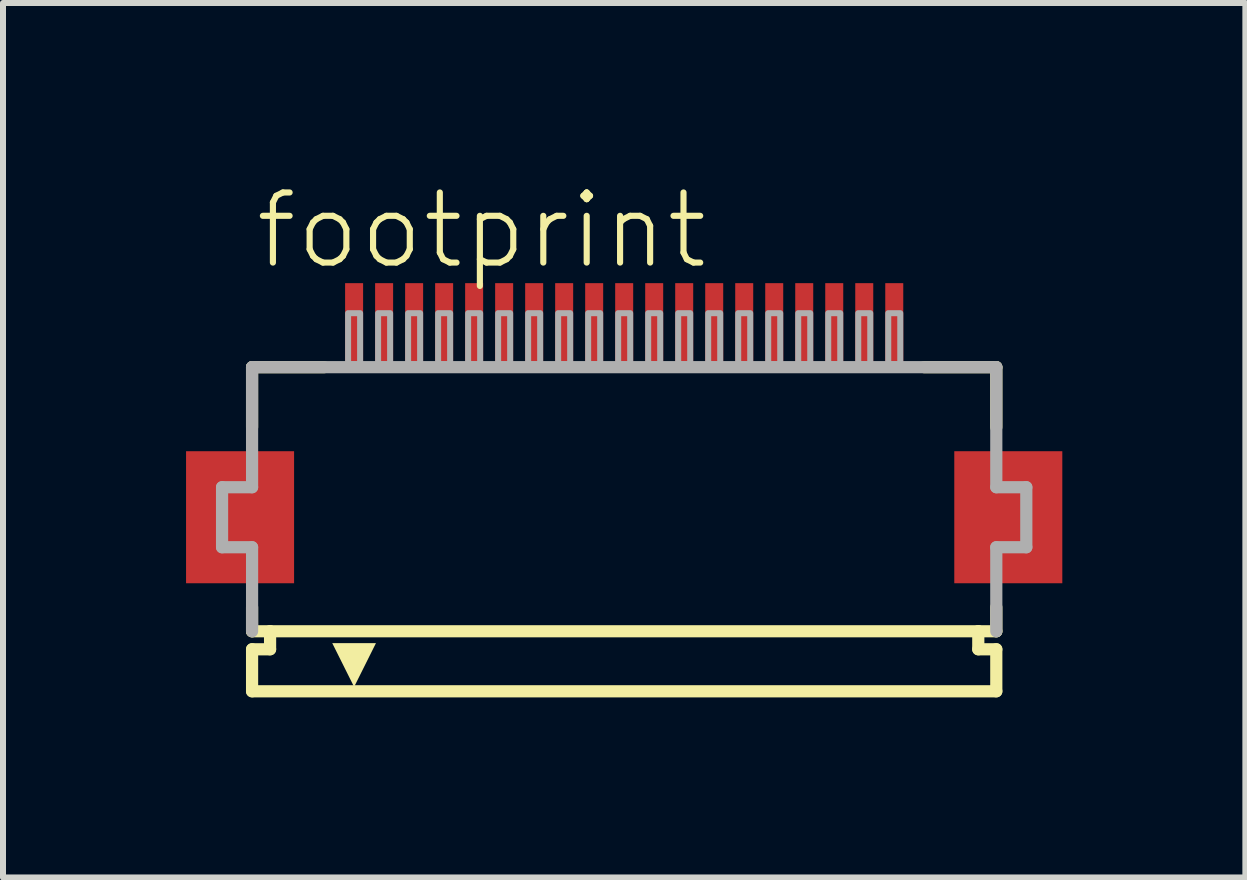
<source format=kicad_pcb>
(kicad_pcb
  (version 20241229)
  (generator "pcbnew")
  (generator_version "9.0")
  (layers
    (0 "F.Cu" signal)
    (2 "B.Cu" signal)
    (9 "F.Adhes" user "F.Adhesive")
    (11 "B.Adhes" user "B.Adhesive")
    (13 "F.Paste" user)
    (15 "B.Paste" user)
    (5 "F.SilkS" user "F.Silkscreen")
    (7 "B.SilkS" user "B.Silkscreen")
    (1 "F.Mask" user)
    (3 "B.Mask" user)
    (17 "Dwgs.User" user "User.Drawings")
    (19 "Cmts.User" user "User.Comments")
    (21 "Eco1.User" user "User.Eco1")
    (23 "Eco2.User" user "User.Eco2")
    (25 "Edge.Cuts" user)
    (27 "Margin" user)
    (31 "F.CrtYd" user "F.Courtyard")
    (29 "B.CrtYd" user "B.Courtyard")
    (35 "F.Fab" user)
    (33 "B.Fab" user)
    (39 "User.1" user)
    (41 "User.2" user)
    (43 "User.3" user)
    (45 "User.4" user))
  (footprint "footprint"
    (layer "F.Cu")
    (at 7.35 5.568)
    (property "Reference" "footprint" (at -6.198 -4.095 0) (layer "F.SilkS") (effects (font (size 1.168 1.168) (thickness 0.102)) (justify left bottom)))
    (fp_poly (pts (xy -5.5 -1.1) (xy -7.3 -1.1) (xy -7.3 1.1) (xy -5.5 1.1)) (stroke (width 0) (type solid)) (fill yes) (layer "F.Cu"))
    (fp_poly (pts (xy 7.3 -1.1) (xy 5.5 -1.1) (xy 5.5 1.1) (xy 7.3 1.1)) (stroke (width 0) (type solid)) (fill yes) (layer "F.Cu"))
    (fp_poly (pts (xy -5.45 -1.175) (xy -7.35 -1.175) (xy -7.35 1.175) (xy -5.45 1.175)) (stroke (width 0) (type solid)) (fill yes) (layer "F.Mask"))
    (fp_poly (pts (xy -4.7 -2.55) (xy -4.3 -2.55) (xy -4.3 -3.95) (xy -4.7 -3.95)) (stroke (width 0) (type solid)) (fill yes) (layer "F.Mask"))
    (fp_poly (pts (xy -4.2 -2.55) (xy -3.8 -2.55) (xy -3.8 -3.95) (xy -4.2 -3.95)) (stroke (width 0) (type solid)) (fill yes) (layer "F.Mask"))
    (fp_poly (pts (xy -3.7 -2.55) (xy -3.3 -2.55) (xy -3.3 -3.95) (xy -3.7 -3.95)) (stroke (width 0) (type solid)) (fill yes) (layer "F.Mask"))
    (fp_poly (pts (xy -3.2 -2.55) (xy -2.8 -2.55) (xy -2.8 -3.95) (xy -3.2 -3.95)) (stroke (width 0) (type solid)) (fill yes) (layer "F.Mask"))
    (fp_poly (pts (xy -2.7 -2.55) (xy -2.3 -2.55) (xy -2.3 -3.95) (xy -2.7 -3.95)) (stroke (width 0) (type solid)) (fill yes) (layer "F.Mask"))
    (fp_poly (pts (xy -2.2 -2.55) (xy -1.8 -2.55) (xy -1.8 -3.95) (xy -2.2 -3.95)) (stroke (width 0) (type solid)) (fill yes) (layer "F.Mask"))
    (fp_poly (pts (xy -1.7 -2.55) (xy -1.3 -2.55) (xy -1.3 -3.95) (xy -1.7 -3.95)) (stroke (width 0) (type solid)) (fill yes) (layer "F.Mask"))
    (fp_poly (pts (xy -1.2 -2.55) (xy -0.8 -2.55) (xy -0.8 -3.95) (xy -1.2 -3.95)) (stroke (width 0) (type solid)) (fill yes) (layer "F.Mask"))
    (fp_poly (pts (xy -0.7 -2.55) (xy -0.3 -2.55) (xy -0.3 -3.95) (xy -0.7 -3.95)) (stroke (width 0) (type solid)) (fill yes) (layer "F.Mask"))
    (fp_poly (pts (xy -0.2 -2.55) (xy 0.2 -2.55) (xy 0.2 -3.95) (xy -0.2 -3.95)) (stroke (width 0) (type solid)) (fill yes) (layer "F.Mask"))
    (fp_poly (pts (xy 0.3 -2.55) (xy 0.7 -2.55) (xy 0.7 -3.95) (xy 0.3 -3.95)) (stroke (width 0) (type solid)) (fill yes) (layer "F.Mask"))
    (fp_poly (pts (xy 0.8 -2.55) (xy 1.2 -2.55) (xy 1.2 -3.95) (xy 0.8 -3.95)) (stroke (width 0) (type solid)) (fill yes) (layer "F.Mask"))
    (fp_poly (pts (xy 1.3 -2.55) (xy 1.7 -2.55) (xy 1.7 -3.95) (xy 1.3 -3.95)) (stroke (width 0) (type solid)) (fill yes) (layer "F.Mask"))
    (fp_poly (pts (xy 1.8 -2.55) (xy 2.2 -2.55) (xy 2.2 -3.95) (xy 1.8 -3.95)) (stroke (width 0) (type solid)) (fill yes) (layer "F.Mask"))
    (fp_poly (pts (xy 2.3 -2.55) (xy 2.7 -2.55) (xy 2.7 -3.95) (xy 2.3 -3.95)) (stroke (width 0) (type solid)) (fill yes) (layer "F.Mask"))
    (fp_poly (pts (xy 2.8 -2.55) (xy 3.2 -2.55) (xy 3.2 -3.95) (xy 2.8 -3.95)) (stroke (width 0) (type solid)) (fill yes) (layer "F.Mask"))
    (fp_poly (pts (xy 3.3 -2.55) (xy 3.7 -2.55) (xy 3.7 -3.95) (xy 3.3 -3.95)) (stroke (width 0) (type solid)) (fill yes) (layer "F.Mask"))
    (fp_poly (pts (xy 3.8 -2.55) (xy 4.2 -2.55) (xy 4.2 -3.95) (xy 3.8 -3.95)) (stroke (width 0) (type solid)) (fill yes) (layer "F.Mask"))
    (fp_poly (pts (xy 4.3 -2.55) (xy 4.7 -2.55) (xy 4.7 -3.95) (xy 4.3 -3.95)) (stroke (width 0) (type solid)) (fill yes) (layer "F.Mask"))
    (fp_poly (pts (xy 7.35 -1.175) (xy 5.45 -1.175) (xy 5.45 1.175) (xy 7.35 1.175)) (stroke (width 0) (type solid)) (fill yes) (layer "F.Mask"))
    (fp_line (start -6.2 -2.5) (end -6.2 -1.5) (stroke (width 0.203) (type solid)) (layer "F.SilkS"))
    (fp_line (start -6.2 1.5) (end -6.2 1.9) (stroke (width 0.203) (type solid)) (layer "F.SilkS"))
    (fp_line (start -6.2 1.9) (end -5.9 1.9) (stroke (width 0.203) (type solid)) (layer "F.SilkS"))
    (fp_line (start -6.2 2.2) (end -6.2 2.9) (stroke (width 0.203) (type solid)) (layer "F.SilkS"))
    (fp_line (start -5.9 1.9) (end -5.9 2.2) (stroke (width 0.203) (type solid)) (layer "F.SilkS"))
    (fp_line (start -5.9 2.2) (end -6.2 2.2) (stroke (width 0.203) (type solid)) (layer "F.SilkS"))
    (fp_line (start -5 -2.5) (end -6.2 -2.5) (stroke (width 0.203) (type solid)) (layer "F.SilkS"))
    (fp_line (start 5.9 1.9) (end -5.9 1.9) (stroke (width 0.203) (type solid)) (layer "F.SilkS"))
    (fp_line (start 5.9 1.9) (end 6.2 1.9) (stroke (width 0.203) (type solid)) (layer "F.SilkS"))
    (fp_line (start 5.9 2.2) (end 5.9 1.9) (stroke (width 0.203) (type solid)) (layer "F.SilkS"))
    (fp_line (start 6.2 -2.5) (end 5 -2.5) (stroke (width 0.203) (type solid)) (layer "F.SilkS"))
    (fp_line (start 6.2 -1.5) (end 6.2 -2.5) (stroke (width 0.203) (type solid)) (layer "F.SilkS"))
    (fp_line (start 6.2 1.9) (end 6.2 1.5) (stroke (width 0.203) (type solid)) (layer "F.SilkS"))
    (fp_line (start 6.2 2.2) (end 5.9 2.2) (stroke (width 0.203) (type solid)) (layer "F.SilkS"))
    (fp_line (start 6.2 2.9) (end -6.2 2.9) (stroke (width 0.203) (type solid)) (layer "F.SilkS"))
    (fp_line (start 6.2 2.9) (end 6.2 2.2) (stroke (width 0.203) (type solid)) (layer "F.SilkS"))
    (fp_poly (pts (xy -4.5 2.827) (xy -4.864 2.098) (xy -4.136 2.098)) (stroke (width 0) (type solid)) (fill yes) (layer "F.SilkS"))
    (fp_poly (pts (xy -5.575 -1.025) (xy -7.225 -1.025) (xy -7.225 1.025) (xy -5.575 1.025)) (stroke (width 0) (type solid)) (fill yes) (layer "F.Paste"))
    (fp_poly (pts (xy -4.625 -2.625) (xy -4.375 -2.625) (xy -4.375 -3.875) (xy -4.625 -3.875)) (stroke (width 0) (type solid)) (fill yes) (layer "F.Paste"))
    (fp_poly (pts (xy -4.125 -2.625) (xy -3.875 -2.625) (xy -3.875 -3.875) (xy -4.125 -3.875)) (stroke (width 0) (type solid)) (fill yes) (layer "F.Paste"))
    (fp_poly (pts (xy -3.625 -2.625) (xy -3.375 -2.625) (xy -3.375 -3.875) (xy -3.625 -3.875)) (stroke (width 0) (type solid)) (fill yes) (layer "F.Paste"))
    (fp_poly (pts (xy -3.125 -2.625) (xy -2.875 -2.625) (xy -2.875 -3.875) (xy -3.125 -3.875)) (stroke (width 0) (type solid)) (fill yes) (layer "F.Paste"))
    (fp_poly (pts (xy -2.625 -2.625) (xy -2.375 -2.625) (xy -2.375 -3.875) (xy -2.625 -3.875)) (stroke (width 0) (type solid)) (fill yes) (layer "F.Paste"))
    (fp_poly (pts (xy -2.125 -2.625) (xy -1.875 -2.625) (xy -1.875 -3.875) (xy -2.125 -3.875)) (stroke (width 0) (type solid)) (fill yes) (layer "F.Paste"))
    (fp_poly (pts (xy -1.625 -2.625) (xy -1.375 -2.625) (xy -1.375 -3.875) (xy -1.625 -3.875)) (stroke (width 0) (type solid)) (fill yes) (layer "F.Paste"))
    (fp_poly (pts (xy -1.125 -2.625) (xy -0.875 -2.625) (xy -0.875 -3.875) (xy -1.125 -3.875)) (stroke (width 0) (type solid)) (fill yes) (layer "F.Paste"))
    (fp_poly (pts (xy -0.625 -2.625) (xy -0.375 -2.625) (xy -0.375 -3.875) (xy -0.625 -3.875)) (stroke (width 0) (type solid)) (fill yes) (layer "F.Paste"))
    (fp_poly (pts (xy -0.125 -2.625) (xy 0.125 -2.625) (xy 0.125 -3.875) (xy -0.125 -3.875)) (stroke (width 0) (type solid)) (fill yes) (layer "F.Paste"))
    (fp_poly (pts (xy 0.375 -2.625) (xy 0.625 -2.625) (xy 0.625 -3.875) (xy 0.375 -3.875)) (stroke (width 0) (type solid)) (fill yes) (layer "F.Paste"))
    (fp_poly (pts (xy 0.875 -2.625) (xy 1.125 -2.625) (xy 1.125 -3.875) (xy 0.875 -3.875)) (stroke (width 0) (type solid)) (fill yes) (layer "F.Paste"))
    (fp_poly (pts (xy 1.375 -2.625) (xy 1.625 -2.625) (xy 1.625 -3.875) (xy 1.375 -3.875)) (stroke (width 0) (type solid)) (fill yes) (layer "F.Paste"))
    (fp_poly (pts (xy 1.875 -2.625) (xy 2.125 -2.625) (xy 2.125 -3.875) (xy 1.875 -3.875)) (stroke (width 0) (type solid)) (fill yes) (layer "F.Paste"))
    (fp_poly (pts (xy 2.375 -2.625) (xy 2.625 -2.625) (xy 2.625 -3.875) (xy 2.375 -3.875)) (stroke (width 0) (type solid)) (fill yes) (layer "F.Paste"))
    (fp_poly (pts (xy 2.875 -2.625) (xy 3.125 -2.625) (xy 3.125 -3.875) (xy 2.875 -3.875)) (stroke (width 0) (type solid)) (fill yes) (layer "F.Paste"))
    (fp_poly (pts (xy 3.375 -2.625) (xy 3.625 -2.625) (xy 3.625 -3.875) (xy 3.375 -3.875)) (stroke (width 0) (type solid)) (fill yes) (layer "F.Paste"))
    (fp_poly (pts (xy 3.875 -2.625) (xy 4.125 -2.625) (xy 4.125 -3.875) (xy 3.875 -3.875)) (stroke (width 0) (type solid)) (fill yes) (layer "F.Paste"))
    (fp_poly (pts (xy 4.375 -2.625) (xy 4.625 -2.625) (xy 4.625 -3.875) (xy 4.375 -3.875)) (stroke (width 0) (type solid)) (fill yes) (layer "F.Paste"))
    (fp_poly (pts (xy 7.225 -1.025) (xy 5.575 -1.025) (xy 5.575 1.025) (xy 7.225 1.025)) (stroke (width 0) (type solid)) (fill yes) (layer "F.Paste"))
    (fp_line (start -6.7 -0.5) (end -6.7 0.5) (stroke (width 0.203) (type solid)) (layer "F.Fab"))
    (fp_line (start -6.7 0.5) (end -6.2 0.5) (stroke (width 0.203) (type solid)) (layer "F.Fab"))
    (fp_line (start -6.2 -2.5) (end -6.2 -0.5) (stroke (width 0.203) (type solid)) (layer "F.Fab"))
    (fp_line (start -6.2 -0.5) (end -6.7 -0.5) (stroke (width 0.203) (type solid)) (layer "F.Fab"))
    (fp_line (start -6.2 0.5) (end -6.2 1.9) (stroke (width 0.203) (type solid)) (layer "F.Fab"))
    (fp_line (start 6.2 -2.5) (end -6.2 -2.5) (stroke (width 0.203) (type solid)) (layer "F.Fab"))
    (fp_line (start 6.2 -0.5) (end 6.2 -2.5) (stroke (width 0.203) (type solid)) (layer "F.Fab"))
    (fp_line (start 6.2 0.5) (end 6.7 0.5) (stroke (width 0.203) (type solid)) (layer "F.Fab"))
    (fp_line (start 6.2 1.9) (end 6.2 0.5) (stroke (width 0.203) (type solid)) (layer "F.Fab"))
    (fp_line (start 6.7 -0.5) (end 6.2 -0.5) (stroke (width 0.203) (type solid)) (layer "F.Fab"))
    (fp_line (start 6.7 0.5) (end 6.7 -0.5) (stroke (width 0.203) (type solid)) (layer "F.Fab"))
    (fp_poly (pts (xy -4.6 -2.55) (xy -4.4 -2.55) (xy -4.4 -3.4) (xy -4.6 -3.4)) (stroke (width 0.1) (type solid)) (fill no) (layer "F.Fab"))
    (fp_poly (pts (xy -4.1 -2.55) (xy -3.9 -2.55) (xy -3.9 -3.4) (xy -4.1 -3.4)) (stroke (width 0.1) (type solid)) (fill no) (layer "F.Fab"))
    (fp_poly (pts (xy -3.6 -2.55) (xy -3.4 -2.55) (xy -3.4 -3.4) (xy -3.6 -3.4)) (stroke (width 0.1) (type solid)) (fill no) (layer "F.Fab"))
    (fp_poly (pts (xy -3.1 -2.55) (xy -2.9 -2.55) (xy -2.9 -3.4) (xy -3.1 -3.4)) (stroke (width 0.1) (type solid)) (fill no) (layer "F.Fab"))
    (fp_poly (pts (xy -2.6 -2.55) (xy -2.4 -2.55) (xy -2.4 -3.4) (xy -2.6 -3.4)) (stroke (width 0.1) (type solid)) (fill no) (layer "F.Fab"))
    (fp_poly (pts (xy -2.1 -2.55) (xy -1.9 -2.55) (xy -1.9 -3.4) (xy -2.1 -3.4)) (stroke (width 0.1) (type solid)) (fill no) (layer "F.Fab"))
    (fp_poly (pts (xy -1.6 -2.55) (xy -1.4 -2.55) (xy -1.4 -3.4) (xy -1.6 -3.4)) (stroke (width 0.1) (type solid)) (fill no) (layer "F.Fab"))
    (fp_poly (pts (xy -1.1 -2.55) (xy -0.9 -2.55) (xy -0.9 -3.4) (xy -1.1 -3.4)) (stroke (width 0.1) (type solid)) (fill no) (layer "F.Fab"))
    (fp_poly (pts (xy -0.6 -2.55) (xy -0.4 -2.55) (xy -0.4 -3.4) (xy -0.6 -3.4)) (stroke (width 0.1) (type solid)) (fill no) (layer "F.Fab"))
    (fp_poly (pts (xy -0.1 -2.55) (xy 0.1 -2.55) (xy 0.1 -3.4) (xy -0.1 -3.4)) (stroke (width 0.1) (type solid)) (fill no) (layer "F.Fab"))
    (fp_poly (pts (xy 0.4 -2.55) (xy 0.6 -2.55) (xy 0.6 -3.4) (xy 0.4 -3.4)) (stroke (width 0.1) (type solid)) (fill no) (layer "F.Fab"))
    (fp_poly (pts (xy 0.9 -2.55) (xy 1.1 -2.55) (xy 1.1 -3.4) (xy 0.9 -3.4)) (stroke (width 0.1) (type solid)) (fill no) (layer "F.Fab"))
    (fp_poly (pts (xy 1.4 -2.55) (xy 1.6 -2.55) (xy 1.6 -3.4) (xy 1.4 -3.4)) (stroke (width 0.1) (type solid)) (fill no) (layer "F.Fab"))
    (fp_poly (pts (xy 1.9 -2.55) (xy 2.1 -2.55) (xy 2.1 -3.4) (xy 1.9 -3.4)) (stroke (width 0.1) (type solid)) (fill no) (layer "F.Fab"))
    (fp_poly (pts (xy 2.4 -2.55) (xy 2.6 -2.55) (xy 2.6 -3.4) (xy 2.4 -3.4)) (stroke (width 0.1) (type solid)) (fill no) (layer "F.Fab"))
    (fp_poly (pts (xy 2.9 -2.55) (xy 3.1 -2.55) (xy 3.1 -3.4) (xy 2.9 -3.4)) (stroke (width 0.1) (type solid)) (fill no) (layer "F.Fab"))
    (fp_poly (pts (xy 3.4 -2.55) (xy 3.6 -2.55) (xy 3.6 -3.4) (xy 3.4 -3.4)) (stroke (width 0.1) (type solid)) (fill no) (layer "F.Fab"))
    (fp_poly (pts (xy 3.9 -2.55) (xy 4.1 -2.55) (xy 4.1 -3.4) (xy 3.9 -3.4)) (stroke (width 0.1) (type solid)) (fill no) (layer "F.Fab"))
    (fp_poly (pts (xy 4.4 -2.55) (xy 4.6 -2.55) (xy 4.6 -3.4) (xy 4.4 -3.4)) (stroke (width 0.1) (type solid)) (fill no) (layer "F.Fab"))
    (pad "1" smd rect (at -4.5 -3.25) (size 0.3 1.3) (layers "F.Cu"))
    (pad "2" smd rect (at -4 -3.25) (size 0.3 1.3) (layers "F.Cu"))
    (pad "3" smd rect (at -3.5 -3.25) (size 0.3 1.3) (layers "F.Cu"))
    (pad "4" smd rect (at -3 -3.25) (size 0.3 1.3) (layers "F.Cu"))
    (pad "5" smd rect (at -2.5 -3.25) (size 0.3 1.3) (layers "F.Cu"))
    (pad "6" smd rect (at -2 -3.25) (size 0.3 1.3) (layers "F.Cu"))
    (pad "7" smd rect (at -1.5 -3.25) (size 0.3 1.3) (layers "F.Cu"))
    (pad "8" smd rect (at -1 -3.25) (size 0.3 1.3) (layers "F.Cu"))
    (pad "9" smd rect (at -0.5 -3.25) (size 0.3 1.3) (layers "F.Cu"))
    (pad "10" smd rect (at 0 -3.25) (size 0.3 1.3) (layers "F.Cu"))
    (pad "11" smd rect (at 0.5 -3.25) (size 0.3 1.3) (layers "F.Cu"))
    (pad "12" smd rect (at 1 -3.25) (size 0.3 1.3) (layers "F.Cu"))
    (pad "13" smd rect (at 1.5 -3.25) (size 0.3 1.3) (layers "F.Cu"))
    (pad "14" smd rect (at 2 -3.25) (size 0.3 1.3) (layers "F.Cu"))
    (pad "15" smd rect (at 2.5 -3.25) (size 0.3 1.3) (layers "F.Cu"))
    (pad "16" smd rect (at 3 -3.25) (size 0.3 1.3) (layers "F.Cu"))
    (pad "17" smd rect (at 3.5 -3.25) (size 0.3 1.3) (layers "F.Cu"))
    (pad "18" smd rect (at 4 -3.25) (size 0.3 1.3) (layers "F.Cu"))
    (pad "19" smd rect (at 4.5 -3.25) (size 0.3 1.3) (layers "F.Cu")))
  (gr_rect
    (start -3 -3)
    (end 17.7 11.57)
    (stroke (width 0.1) (type default))
    (fill no)
    (layer "Edge.Cuts")))
</source>
